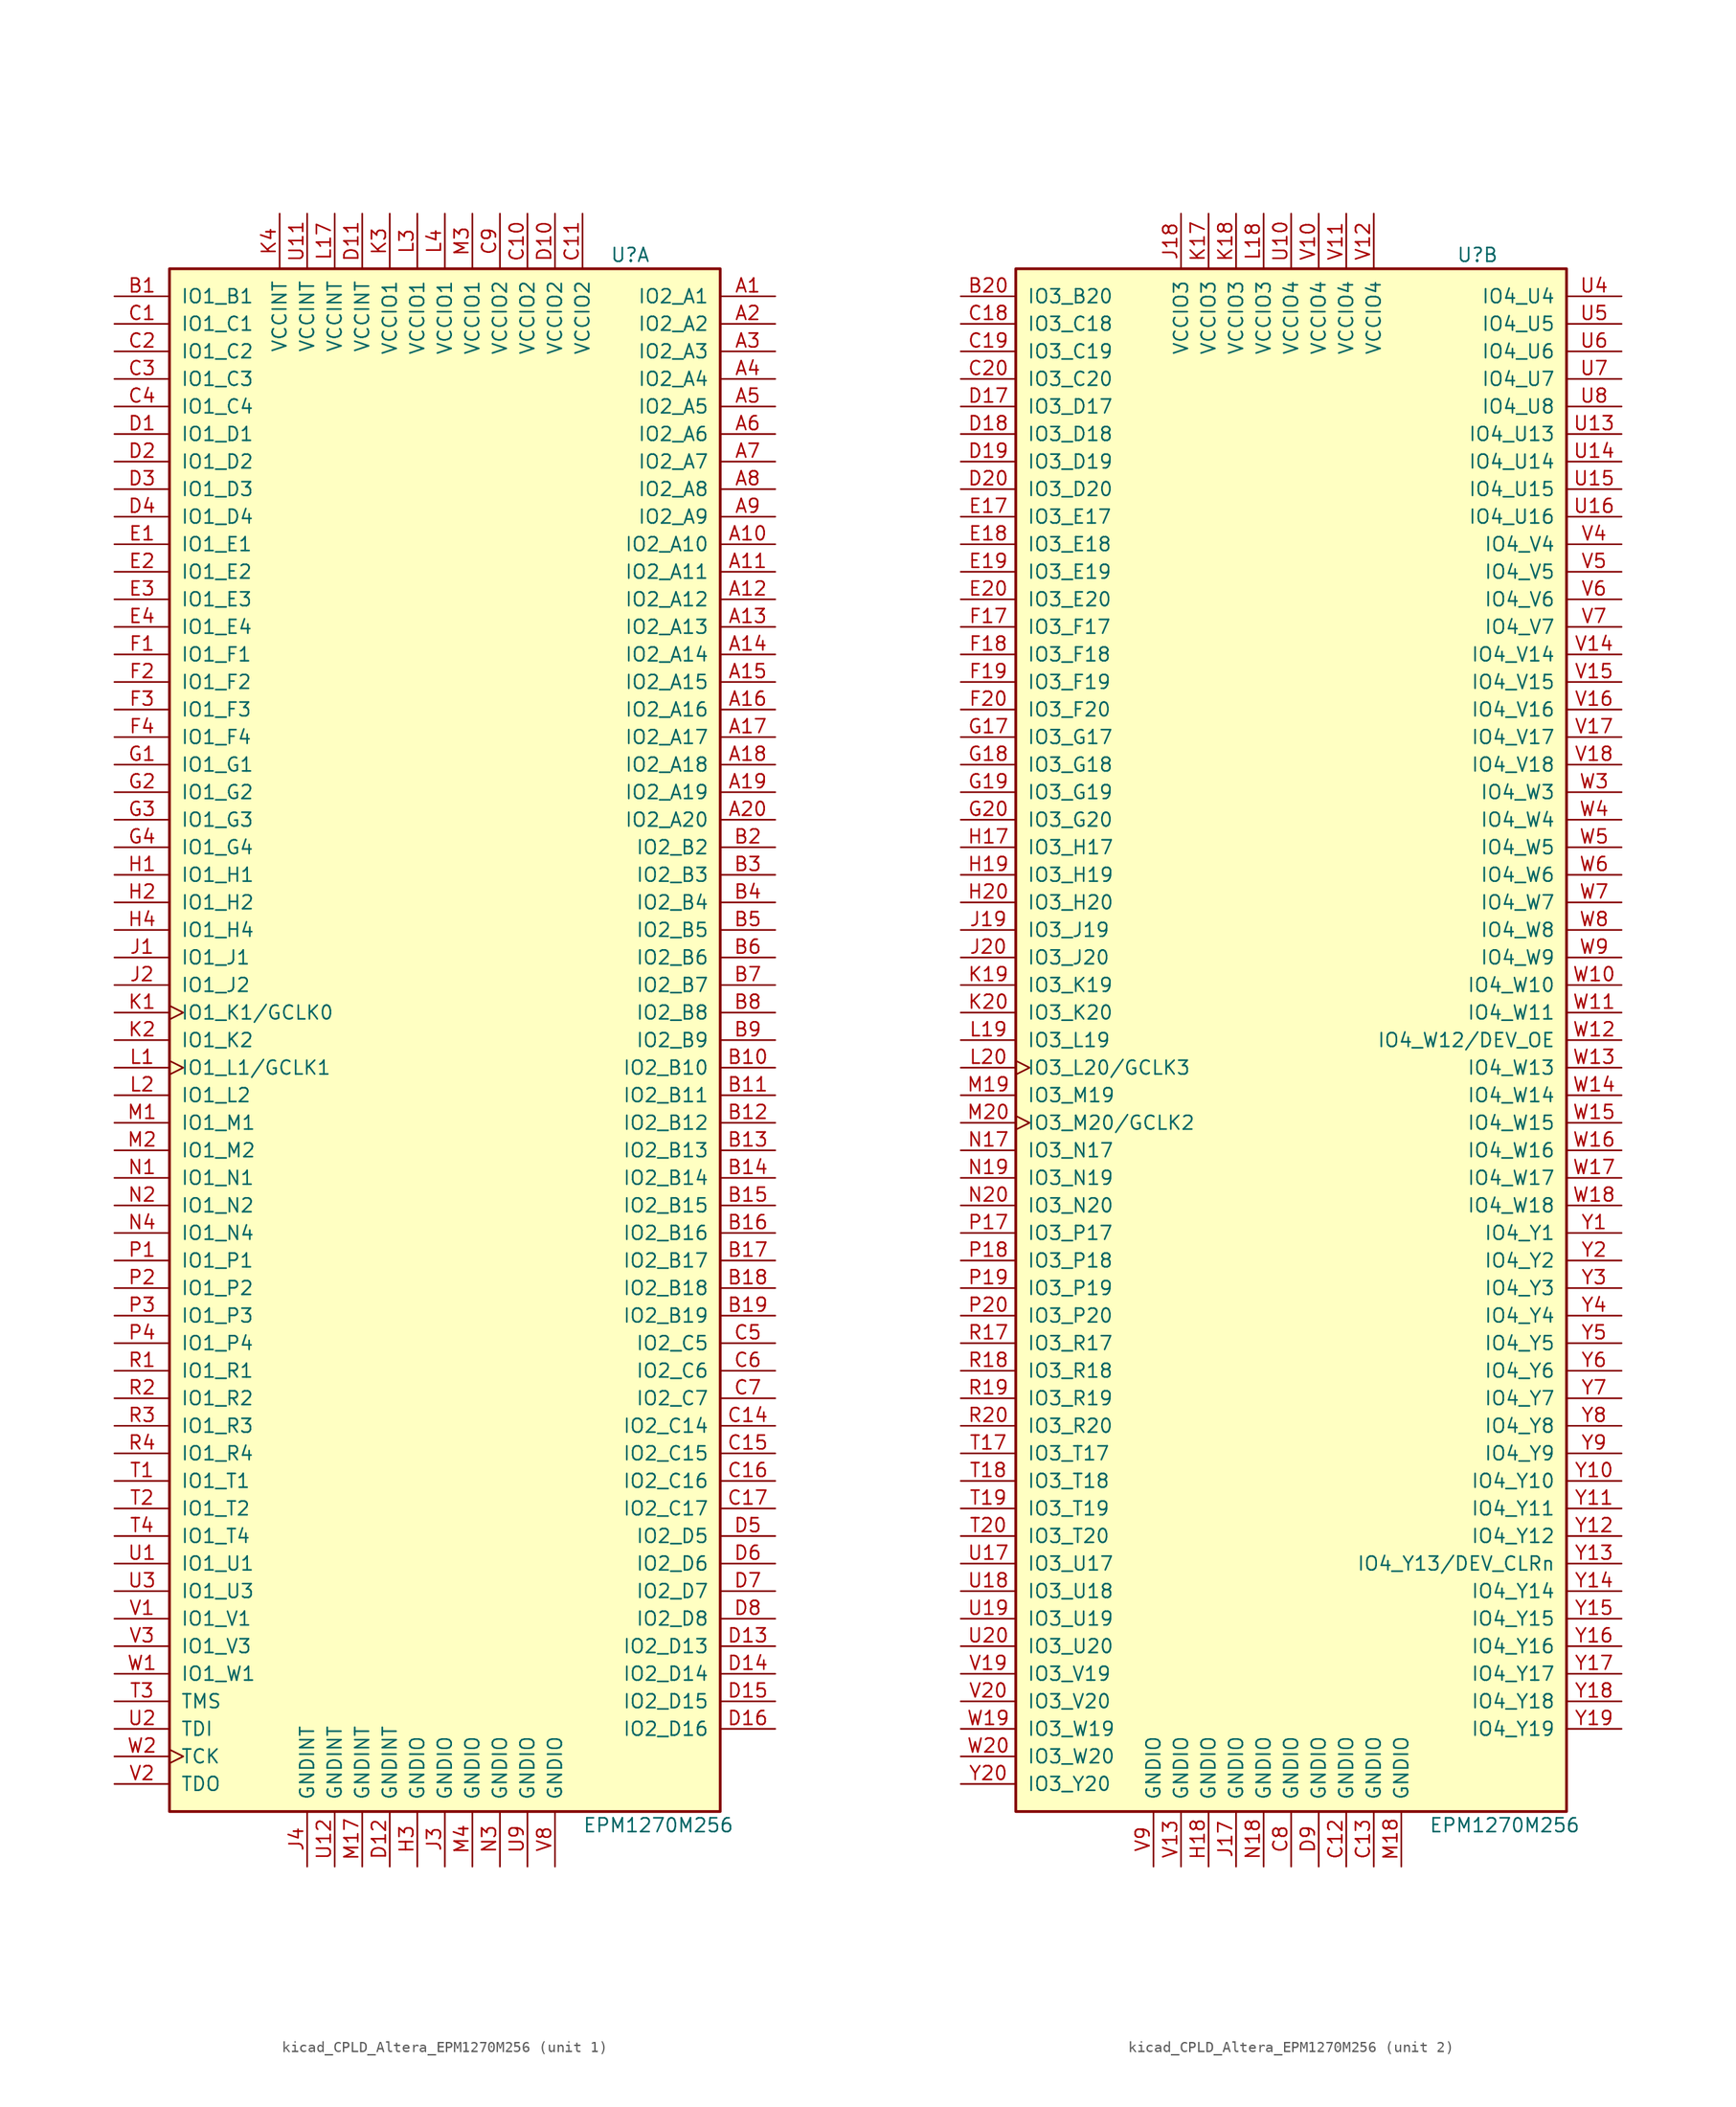
<source format=kicad_sym>
(kicad_symbol_lib
  (version 20220914)
  (generator kicad_symbol_editor)
  (symbol "kicad_CPLD_Altera_EPM1270M256"
    (pin_names
      (offset 1.016))
    (property "Reference" "U"
      (at 15.24 72.39 0)
      (effects (font (size 1.27 1.27)) (justify left)))
    (property "Value" "EPM1270M256"
      (at 12.7 -72.39 0)
      (effects (font (size 1.27 1.27)) (justify left)))
    (property "ki_locked" ""
      (at 0 0 0)
      (effects (font (size 1.27 1.27))))
    (symbol "kicad_CPLD_Altera_EPM1270M256_1_1"
      (rectangle (start -25.4 71.12) (end 25.4 -71.12) (stroke (width 0.254) (type default)) (fill (type background)))
      (pin bidirectional line (at 30.48 68.58 180) (length 5.08) (name "IO2_A1" (effects (font (size 1.27 1.27)))) (number "A1" (effects (font (size 1.27 1.27)))))
      (pin bidirectional line (at 30.48 45.72 180) (length 5.08) (name "IO2_A10" (effects (font (size 1.27 1.27)))) (number "A10" (effects (font (size 1.27 1.27)))))
      (pin bidirectional line (at 30.48 43.18 180) (length 5.08) (name "IO2_A11" (effects (font (size 1.27 1.27)))) (number "A11" (effects (font (size 1.27 1.27)))))
      (pin bidirectional line (at 30.48 40.64 180) (length 5.08) (name "IO2_A12" (effects (font (size 1.27 1.27)))) (number "A12" (effects (font (size 1.27 1.27)))))
      (pin bidirectional line (at 30.48 38.1 180) (length 5.08) (name "IO2_A13" (effects (font (size 1.27 1.27)))) (number "A13" (effects (font (size 1.27 1.27)))))
      (pin bidirectional line (at 30.48 35.56 180) (length 5.08) (name "IO2_A14" (effects (font (size 1.27 1.27)))) (number "A14" (effects (font (size 1.27 1.27)))))
      (pin bidirectional line (at 30.48 33.02 180) (length 5.08) (name "IO2_A15" (effects (font (size 1.27 1.27)))) (number "A15" (effects (font (size 1.27 1.27)))))
      (pin bidirectional line (at 30.48 30.48 180) (length 5.08) (name "IO2_A16" (effects (font (size 1.27 1.27)))) (number "A16" (effects (font (size 1.27 1.27)))))
      (pin bidirectional line (at 30.48 27.94 180) (length 5.08) (name "IO2_A17" (effects (font (size 1.27 1.27)))) (number "A17" (effects (font (size 1.27 1.27)))))
      (pin bidirectional line (at 30.48 25.4 180) (length 5.08) (name "IO2_A18" (effects (font (size 1.27 1.27)))) (number "A18" (effects (font (size 1.27 1.27)))))
      (pin bidirectional line (at 30.48 22.86 180) (length 5.08) (name "IO2_A19" (effects (font (size 1.27 1.27)))) (number "A19" (effects (font (size 1.27 1.27)))))
      (pin bidirectional line (at 30.48 66.04 180) (length 5.08) (name "IO2_A2" (effects (font (size 1.27 1.27)))) (number "A2" (effects (font (size 1.27 1.27)))))
      (pin bidirectional line (at 30.48 20.32 180) (length 5.08) (name "IO2_A20" (effects (font (size 1.27 1.27)))) (number "A20" (effects (font (size 1.27 1.27)))))
      (pin bidirectional line (at 30.48 63.5 180) (length 5.08) (name "IO2_A3" (effects (font (size 1.27 1.27)))) (number "A3" (effects (font (size 1.27 1.27)))))
      (pin bidirectional line (at 30.48 60.96 180) (length 5.08) (name "IO2_A4" (effects (font (size 1.27 1.27)))) (number "A4" (effects (font (size 1.27 1.27)))))
      (pin bidirectional line (at 30.48 58.42 180) (length 5.08) (name "IO2_A5" (effects (font (size 1.27 1.27)))) (number "A5" (effects (font (size 1.27 1.27)))))
      (pin bidirectional line (at 30.48 55.88 180) (length 5.08) (name "IO2_A6" (effects (font (size 1.27 1.27)))) (number "A6" (effects (font (size 1.27 1.27)))))
      (pin bidirectional line (at 30.48 53.34 180) (length 5.08) (name "IO2_A7" (effects (font (size 1.27 1.27)))) (number "A7" (effects (font (size 1.27 1.27)))))
      (pin bidirectional line (at 30.48 50.8 180) (length 5.08) (name "IO2_A8" (effects (font (size 1.27 1.27)))) (number "A8" (effects (font (size 1.27 1.27)))))
      (pin bidirectional line (at 30.48 48.26 180) (length 5.08) (name "IO2_A9" (effects (font (size 1.27 1.27)))) (number "A9" (effects (font (size 1.27 1.27)))))
      (pin bidirectional line (at -30.48 68.58 0) (length 5.08) (name "IO1_B1" (effects (font (size 1.27 1.27)))) (number "B1" (effects (font (size 1.27 1.27)))))
      (pin bidirectional line (at 30.48 -2.54 180) (length 5.08) (name "IO2_B10" (effects (font (size 1.27 1.27)))) (number "B10" (effects (font (size 1.27 1.27)))))
      (pin bidirectional line (at 30.48 -5.08 180) (length 5.08) (name "IO2_B11" (effects (font (size 1.27 1.27)))) (number "B11" (effects (font (size 1.27 1.27)))))
      (pin bidirectional line (at 30.48 -7.62 180) (length 5.08) (name "IO2_B12" (effects (font (size 1.27 1.27)))) (number "B12" (effects (font (size 1.27 1.27)))))
      (pin bidirectional line (at 30.48 -10.16 180) (length 5.08) (name "IO2_B13" (effects (font (size 1.27 1.27)))) (number "B13" (effects (font (size 1.27 1.27)))))
      (pin bidirectional line (at 30.48 -12.7 180) (length 5.08) (name "IO2_B14" (effects (font (size 1.27 1.27)))) (number "B14" (effects (font (size 1.27 1.27)))))
      (pin bidirectional line (at 30.48 -15.24 180) (length 5.08) (name "IO2_B15" (effects (font (size 1.27 1.27)))) (number "B15" (effects (font (size 1.27 1.27)))))
      (pin bidirectional line (at 30.48 -17.78 180) (length 5.08) (name "IO2_B16" (effects (font (size 1.27 1.27)))) (number "B16" (effects (font (size 1.27 1.27)))))
      (pin bidirectional line (at 30.48 -20.32 180) (length 5.08) (name "IO2_B17" (effects (font (size 1.27 1.27)))) (number "B17" (effects (font (size 1.27 1.27)))))
      (pin bidirectional line (at 30.48 -22.86 180) (length 5.08) (name "IO2_B18" (effects (font (size 1.27 1.27)))) (number "B18" (effects (font (size 1.27 1.27)))))
      (pin bidirectional line (at 30.48 -25.4 180) (length 5.08) (name "IO2_B19" (effects (font (size 1.27 1.27)))) (number "B19" (effects (font (size 1.27 1.27)))))
      (pin bidirectional line (at 30.48 17.78 180) (length 5.08) (name "IO2_B2" (effects (font (size 1.27 1.27)))) (number "B2" (effects (font (size 1.27 1.27)))))
      (pin bidirectional line (at 30.48 15.24 180) (length 5.08) (name "IO2_B3" (effects (font (size 1.27 1.27)))) (number "B3" (effects (font (size 1.27 1.27)))))
      (pin bidirectional line (at 30.48 12.7 180) (length 5.08) (name "IO2_B4" (effects (font (size 1.27 1.27)))) (number "B4" (effects (font (size 1.27 1.27)))))
      (pin bidirectional line (at 30.48 10.16 180) (length 5.08) (name "IO2_B5" (effects (font (size 1.27 1.27)))) (number "B5" (effects (font (size 1.27 1.27)))))
      (pin bidirectional line (at 30.48 7.62 180) (length 5.08) (name "IO2_B6" (effects (font (size 1.27 1.27)))) (number "B6" (effects (font (size 1.27 1.27)))))
      (pin bidirectional line (at 30.48 5.08 180) (length 5.08) (name "IO2_B7" (effects (font (size 1.27 1.27)))) (number "B7" (effects (font (size 1.27 1.27)))))
      (pin bidirectional line (at 30.48 2.54 180) (length 5.08) (name "IO2_B8" (effects (font (size 1.27 1.27)))) (number "B8" (effects (font (size 1.27 1.27)))))
      (pin bidirectional line (at 30.48 0 180) (length 5.08) (name "IO2_B9" (effects (font (size 1.27 1.27)))) (number "B9" (effects (font (size 1.27 1.27)))))
      (pin bidirectional line (at -30.48 66.04 0) (length 5.08) (name "IO1_C1" (effects (font (size 1.27 1.27)))) (number "C1" (effects (font (size 1.27 1.27)))))
      (pin power_in line (at 7.62 76.2 270) (length 5.08) (name "VCCIO2" (effects (font (size 1.27 1.27)))) (number "C10" (effects (font (size 1.27 1.27)))))
      (pin power_in line (at 12.7 76.2 270) (length 5.08) (name "VCCIO2" (effects (font (size 1.27 1.27)))) (number "C11" (effects (font (size 1.27 1.27)))))
      (pin bidirectional line (at 30.48 -35.56 180) (length 5.08) (name "IO2_C14" (effects (font (size 1.27 1.27)))) (number "C14" (effects (font (size 1.27 1.27)))))
      (pin bidirectional line (at 30.48 -38.1 180) (length 5.08) (name "IO2_C15" (effects (font (size 1.27 1.27)))) (number "C15" (effects (font (size 1.27 1.27)))))
      (pin bidirectional line (at 30.48 -40.64 180) (length 5.08) (name "IO2_C16" (effects (font (size 1.27 1.27)))) (number "C16" (effects (font (size 1.27 1.27)))))
      (pin bidirectional line (at 30.48 -43.18 180) (length 5.08) (name "IO2_C17" (effects (font (size 1.27 1.27)))) (number "C17" (effects (font (size 1.27 1.27)))))
      (pin bidirectional line (at -30.48 63.5 0) (length 5.08) (name "IO1_C2" (effects (font (size 1.27 1.27)))) (number "C2" (effects (font (size 1.27 1.27)))))
      (pin bidirectional line (at -30.48 60.96 0) (length 5.08) (name "IO1_C3" (effects (font (size 1.27 1.27)))) (number "C3" (effects (font (size 1.27 1.27)))))
      (pin bidirectional line (at -30.48 58.42 0) (length 5.08) (name "IO1_C4" (effects (font (size 1.27 1.27)))) (number "C4" (effects (font (size 1.27 1.27)))))
      (pin bidirectional line (at 30.48 -27.94 180) (length 5.08) (name "IO2_C5" (effects (font (size 1.27 1.27)))) (number "C5" (effects (font (size 1.27 1.27)))))
      (pin bidirectional line (at 30.48 -30.48 180) (length 5.08) (name "IO2_C6" (effects (font (size 1.27 1.27)))) (number "C6" (effects (font (size 1.27 1.27)))))
      (pin bidirectional line (at 30.48 -33.02 180) (length 5.08) (name "IO2_C7" (effects (font (size 1.27 1.27)))) (number "C7" (effects (font (size 1.27 1.27)))))
      (pin power_in line (at 5.08 76.2 270) (length 5.08) (name "VCCIO2" (effects (font (size 1.27 1.27)))) (number "C9" (effects (font (size 1.27 1.27)))))
      (pin bidirectional line (at -30.48 55.88 0) (length 5.08) (name "IO1_D1" (effects (font (size 1.27 1.27)))) (number "D1" (effects (font (size 1.27 1.27)))))
      (pin power_in line (at 10.16 76.2 270) (length 5.08) (name "VCCIO2" (effects (font (size 1.27 1.27)))) (number "D10" (effects (font (size 1.27 1.27)))))
      (pin power_in line (at -7.62 76.2 270) (length 5.08) (name "VCCINT" (effects (font (size 1.27 1.27)))) (number "D11" (effects (font (size 1.27 1.27)))))
      (pin power_in line (at -5.08 -76.2 90) (length 5.08) (name "GNDINT" (effects (font (size 1.27 1.27)))) (number "D12" (effects (font (size 1.27 1.27)))))
      (pin bidirectional line (at 30.48 -55.88 180) (length 5.08) (name "IO2_D13" (effects (font (size 1.27 1.27)))) (number "D13" (effects (font (size 1.27 1.27)))))
      (pin bidirectional line (at 30.48 -58.42 180) (length 5.08) (name "IO2_D14" (effects (font (size 1.27 1.27)))) (number "D14" (effects (font (size 1.27 1.27)))))
      (pin bidirectional line (at 30.48 -60.96 180) (length 5.08) (name "IO2_D15" (effects (font (size 1.27 1.27)))) (number "D15" (effects (font (size 1.27 1.27)))))
      (pin bidirectional line (at 30.48 -63.5 180) (length 5.08) (name "IO2_D16" (effects (font (size 1.27 1.27)))) (number "D16" (effects (font (size 1.27 1.27)))))
      (pin bidirectional line (at -30.48 53.34 0) (length 5.08) (name "IO1_D2" (effects (font (size 1.27 1.27)))) (number "D2" (effects (font (size 1.27 1.27)))))
      (pin bidirectional line (at -30.48 50.8 0) (length 5.08) (name "IO1_D3" (effects (font (size 1.27 1.27)))) (number "D3" (effects (font (size 1.27 1.27)))))
      (pin bidirectional line (at -30.48 48.26 0) (length 5.08) (name "IO1_D4" (effects (font (size 1.27 1.27)))) (number "D4" (effects (font (size 1.27 1.27)))))
      (pin bidirectional line (at 30.48 -45.72 180) (length 5.08) (name "IO2_D5" (effects (font (size 1.27 1.27)))) (number "D5" (effects (font (size 1.27 1.27)))))
      (pin bidirectional line (at 30.48 -48.26 180) (length 5.08) (name "IO2_D6" (effects (font (size 1.27 1.27)))) (number "D6" (effects (font (size 1.27 1.27)))))
      (pin bidirectional line (at 30.48 -50.8 180) (length 5.08) (name "IO2_D7" (effects (font (size 1.27 1.27)))) (number "D7" (effects (font (size 1.27 1.27)))))
      (pin bidirectional line (at 30.48 -53.34 180) (length 5.08) (name "IO2_D8" (effects (font (size 1.27 1.27)))) (number "D8" (effects (font (size 1.27 1.27)))))
      (pin bidirectional line (at -30.48 45.72 0) (length 5.08) (name "IO1_E1" (effects (font (size 1.27 1.27)))) (number "E1" (effects (font (size 1.27 1.27)))))
      (pin bidirectional line (at -30.48 43.18 0) (length 5.08) (name "IO1_E2" (effects (font (size 1.27 1.27)))) (number "E2" (effects (font (size 1.27 1.27)))))
      (pin bidirectional line (at -30.48 40.64 0) (length 5.08) (name "IO1_E3" (effects (font (size 1.27 1.27)))) (number "E3" (effects (font (size 1.27 1.27)))))
      (pin bidirectional line (at -30.48 38.1 0) (length 5.08) (name "IO1_E4" (effects (font (size 1.27 1.27)))) (number "E4" (effects (font (size 1.27 1.27)))))
      (pin bidirectional line (at -30.48 35.56 0) (length 5.08) (name "IO1_F1" (effects (font (size 1.27 1.27)))) (number "F1" (effects (font (size 1.27 1.27)))))
      (pin bidirectional line (at -30.48 33.02 0) (length 5.08) (name "IO1_F2" (effects (font (size 1.27 1.27)))) (number "F2" (effects (font (size 1.27 1.27)))))
      (pin bidirectional line (at -30.48 30.48 0) (length 5.08) (name "IO1_F3" (effects (font (size 1.27 1.27)))) (number "F3" (effects (font (size 1.27 1.27)))))
      (pin bidirectional line (at -30.48 27.94 0) (length 5.08) (name "IO1_F4" (effects (font (size 1.27 1.27)))) (number "F4" (effects (font (size 1.27 1.27)))))
      (pin bidirectional line (at -30.48 25.4 0) (length 5.08) (name "IO1_G1" (effects (font (size 1.27 1.27)))) (number "G1" (effects (font (size 1.27 1.27)))))
      (pin bidirectional line (at -30.48 22.86 0) (length 5.08) (name "IO1_G2" (effects (font (size 1.27 1.27)))) (number "G2" (effects (font (size 1.27 1.27)))))
      (pin bidirectional line (at -30.48 20.32 0) (length 5.08) (name "IO1_G3" (effects (font (size 1.27 1.27)))) (number "G3" (effects (font (size 1.27 1.27)))))
      (pin bidirectional line (at -30.48 17.78 0) (length 5.08) (name "IO1_G4" (effects (font (size 1.27 1.27)))) (number "G4" (effects (font (size 1.27 1.27)))))
      (pin bidirectional line (at -30.48 15.24 0) (length 5.08) (name "IO1_H1" (effects (font (size 1.27 1.27)))) (number "H1" (effects (font (size 1.27 1.27)))))
      (pin bidirectional line (at -30.48 12.7 0) (length 5.08) (name "IO1_H2" (effects (font (size 1.27 1.27)))) (number "H2" (effects (font (size 1.27 1.27)))))
      (pin power_in line (at -2.54 -76.2 90) (length 5.08) (name "GNDIO" (effects (font (size 1.27 1.27)))) (number "H3" (effects (font (size 1.27 1.27)))))
      (pin bidirectional line (at -30.48 10.16 0) (length 5.08) (name "IO1_H4" (effects (font (size 1.27 1.27)))) (number "H4" (effects (font (size 1.27 1.27)))))
      (pin bidirectional line (at -30.48 7.62 0) (length 5.08) (name "IO1_J1" (effects (font (size 1.27 1.27)))) (number "J1" (effects (font (size 1.27 1.27)))))
      (pin bidirectional line (at -30.48 5.08 0) (length 5.08) (name "IO1_J2" (effects (font (size 1.27 1.27)))) (number "J2" (effects (font (size 1.27 1.27)))))
      (pin power_in line (at 0 -76.2 90) (length 5.08) (name "GNDIO" (effects (font (size 1.27 1.27)))) (number "J3" (effects (font (size 1.27 1.27)))))
      (pin power_in line (at -12.7 -76.2 90) (length 5.08) (name "GNDINT" (effects (font (size 1.27 1.27)))) (number "J4" (effects (font (size 1.27 1.27)))))
      (pin bidirectional clock (at -30.48 2.54 0) (length 5.08) (name "IO1_K1/GCLK0" (effects (font (size 1.27 1.27)))) (number "K1" (effects (font (size 1.27 1.27)))))
      (pin bidirectional line (at -30.48 0 0) (length 5.08) (name "IO1_K2" (effects (font (size 1.27 1.27)))) (number "K2" (effects (font (size 1.27 1.27)))))
      (pin power_in line (at -5.08 76.2 270) (length 5.08) (name "VCCIO1" (effects (font (size 1.27 1.27)))) (number "K3" (effects (font (size 1.27 1.27)))))
      (pin power_in line (at -15.24 76.2 270) (length 5.08) (name "VCCINT" (effects (font (size 1.27 1.27)))) (number "K4" (effects (font (size 1.27 1.27)))))
      (pin bidirectional clock (at -30.48 -2.54 0) (length 5.08) (name "IO1_L1/GCLK1" (effects (font (size 1.27 1.27)))) (number "L1" (effects (font (size 1.27 1.27)))))
      (pin power_in line (at -10.16 76.2 270) (length 5.08) (name "VCCINT" (effects (font (size 1.27 1.27)))) (number "L17" (effects (font (size 1.27 1.27)))))
      (pin bidirectional line (at -30.48 -5.08 0) (length 5.08) (name "IO1_L2" (effects (font (size 1.27 1.27)))) (number "L2" (effects (font (size 1.27 1.27)))))
      (pin power_in line (at -2.54 76.2 270) (length 5.08) (name "VCCIO1" (effects (font (size 1.27 1.27)))) (number "L3" (effects (font (size 1.27 1.27)))))
      (pin power_in line (at 0 76.2 270) (length 5.08) (name "VCCIO1" (effects (font (size 1.27 1.27)))) (number "L4" (effects (font (size 1.27 1.27)))))
      (pin bidirectional line (at -30.48 -7.62 0) (length 5.08) (name "IO1_M1" (effects (font (size 1.27 1.27)))) (number "M1" (effects (font (size 1.27 1.27)))))
      (pin power_in line (at -7.62 -76.2 90) (length 5.08) (name "GNDINT" (effects (font (size 1.27 1.27)))) (number "M17" (effects (font (size 1.27 1.27)))))
      (pin bidirectional line (at -30.48 -10.16 0) (length 5.08) (name "IO1_M2" (effects (font (size 1.27 1.27)))) (number "M2" (effects (font (size 1.27 1.27)))))
      (pin power_in line (at 2.54 76.2 270) (length 5.08) (name "VCCIO1" (effects (font (size 1.27 1.27)))) (number "M3" (effects (font (size 1.27 1.27)))))
      (pin power_in line (at 2.54 -76.2 90) (length 5.08) (name "GNDIO" (effects (font (size 1.27 1.27)))) (number "M4" (effects (font (size 1.27 1.27)))))
      (pin bidirectional line (at -30.48 -12.7 0) (length 5.08) (name "IO1_N1" (effects (font (size 1.27 1.27)))) (number "N1" (effects (font (size 1.27 1.27)))))
      (pin bidirectional line (at -30.48 -15.24 0) (length 5.08) (name "IO1_N2" (effects (font (size 1.27 1.27)))) (number "N2" (effects (font (size 1.27 1.27)))))
      (pin power_in line (at 5.08 -76.2 90) (length 5.08) (name "GNDIO" (effects (font (size 1.27 1.27)))) (number "N3" (effects (font (size 1.27 1.27)))))
      (pin bidirectional line (at -30.48 -17.78 0) (length 5.08) (name "IO1_N4" (effects (font (size 1.27 1.27)))) (number "N4" (effects (font (size 1.27 1.27)))))
      (pin bidirectional line (at -30.48 -20.32 0) (length 5.08) (name "IO1_P1" (effects (font (size 1.27 1.27)))) (number "P1" (effects (font (size 1.27 1.27)))))
      (pin bidirectional line (at -30.48 -22.86 0) (length 5.08) (name "IO1_P2" (effects (font (size 1.27 1.27)))) (number "P2" (effects (font (size 1.27 1.27)))))
      (pin bidirectional line (at -30.48 -25.4 0) (length 5.08) (name "IO1_P3" (effects (font (size 1.27 1.27)))) (number "P3" (effects (font (size 1.27 1.27)))))
      (pin bidirectional line (at -30.48 -27.94 0) (length 5.08) (name "IO1_P4" (effects (font (size 1.27 1.27)))) (number "P4" (effects (font (size 1.27 1.27)))))
      (pin bidirectional line (at -30.48 -30.48 0) (length 5.08) (name "IO1_R1" (effects (font (size 1.27 1.27)))) (number "R1" (effects (font (size 1.27 1.27)))))
      (pin bidirectional line (at -30.48 -33.02 0) (length 5.08) (name "IO1_R2" (effects (font (size 1.27 1.27)))) (number "R2" (effects (font (size 1.27 1.27)))))
      (pin bidirectional line (at -30.48 -35.56 0) (length 5.08) (name "IO1_R3" (effects (font (size 1.27 1.27)))) (number "R3" (effects (font (size 1.27 1.27)))))
      (pin bidirectional line (at -30.48 -38.1 0) (length 5.08) (name "IO1_R4" (effects (font (size 1.27 1.27)))) (number "R4" (effects (font (size 1.27 1.27)))))
      (pin bidirectional line (at -30.48 -40.64 0) (length 5.08) (name "IO1_T1" (effects (font (size 1.27 1.27)))) (number "T1" (effects (font (size 1.27 1.27)))))
      (pin bidirectional line (at -30.48 -43.18 0) (length 5.08) (name "IO1_T2" (effects (font (size 1.27 1.27)))) (number "T2" (effects (font (size 1.27 1.27)))))
      (pin input line (at -30.48 -60.96 0) (length 5.08) (name "TMS" (effects (font (size 1.27 1.27)))) (number "T3" (effects (font (size 1.27 1.27)))))
      (pin bidirectional line (at -30.48 -45.72 0) (length 5.08) (name "IO1_T4" (effects (font (size 1.27 1.27)))) (number "T4" (effects (font (size 1.27 1.27)))))
      (pin bidirectional line (at -30.48 -48.26 0) (length 5.08) (name "IO1_U1" (effects (font (size 1.27 1.27)))) (number "U1" (effects (font (size 1.27 1.27)))))
      (pin power_in line (at -12.7 76.2 270) (length 5.08) (name "VCCINT" (effects (font (size 1.27 1.27)))) (number "U11" (effects (font (size 1.27 1.27)))))
      (pin power_in line (at -10.16 -76.2 90) (length 5.08) (name "GNDINT" (effects (font (size 1.27 1.27)))) (number "U12" (effects (font (size 1.27 1.27)))))
      (pin input line (at -30.48 -63.5 0) (length 5.08) (name "TDI" (effects (font (size 1.27 1.27)))) (number "U2" (effects (font (size 1.27 1.27)))))
      (pin bidirectional line (at -30.48 -50.8 0) (length 5.08) (name "IO1_U3" (effects (font (size 1.27 1.27)))) (number "U3" (effects (font (size 1.27 1.27)))))
      (pin power_in line (at 7.62 -76.2 90) (length 5.08) (name "GNDIO" (effects (font (size 1.27 1.27)))) (number "U9" (effects (font (size 1.27 1.27)))))
      (pin bidirectional line (at -30.48 -53.34 0) (length 5.08) (name "IO1_V1" (effects (font (size 1.27 1.27)))) (number "V1" (effects (font (size 1.27 1.27)))))
      (pin output line (at -30.48 -68.58 0) (length 5.08) (name "TDO" (effects (font (size 1.27 1.27)))) (number "V2" (effects (font (size 1.27 1.27)))))
      (pin bidirectional line (at -30.48 -55.88 0) (length 5.08) (name "IO1_V3" (effects (font (size 1.27 1.27)))) (number "V3" (effects (font (size 1.27 1.27)))))
      (pin power_in line (at 10.16 -76.2 90) (length 5.08) (name "GNDIO" (effects (font (size 1.27 1.27)))) (number "V8" (effects (font (size 1.27 1.27)))))
      (pin bidirectional line (at -30.48 -58.42 0) (length 5.08) (name "IO1_W1" (effects (font (size 1.27 1.27)))) (number "W1" (effects (font (size 1.27 1.27)))))
      (pin input clock (at -30.48 -66.04 0) (length 5.08) (name "TCK" (effects (font (size 1.27 1.27)))) (number "W2" (effects (font (size 1.27 1.27))))))
    (symbol "kicad_CPLD_Altera_EPM1270M256_2_1"
      (rectangle (start -25.4 71.12) (end 25.4 -71.12) (stroke (width 0.254) (type default)) (fill (type background)))
      (pin bidirectional line (at -30.48 68.58 0) (length 5.08) (name "IO3_B20" (effects (font (size 1.27 1.27)))) (number "B20" (effects (font (size 1.27 1.27)))))
      (pin power_in line (at 5.08 -76.2 90) (length 5.08) (name "GNDIO" (effects (font (size 1.27 1.27)))) (number "C12" (effects (font (size 1.27 1.27)))))
      (pin power_in line (at 7.62 -76.2 90) (length 5.08) (name "GNDIO" (effects (font (size 1.27 1.27)))) (number "C13" (effects (font (size 1.27 1.27)))))
      (pin bidirectional line (at -30.48 66.04 0) (length 5.08) (name "IO3_C18" (effects (font (size 1.27 1.27)))) (number "C18" (effects (font (size 1.27 1.27)))))
      (pin bidirectional line (at -30.48 63.5 0) (length 5.08) (name "IO3_C19" (effects (font (size 1.27 1.27)))) (number "C19" (effects (font (size 1.27 1.27)))))
      (pin bidirectional line (at -30.48 60.96 0) (length 5.08) (name "IO3_C20" (effects (font (size 1.27 1.27)))) (number "C20" (effects (font (size 1.27 1.27)))))
      (pin power_in line (at 0 -76.2 90) (length 5.08) (name "GNDIO" (effects (font (size 1.27 1.27)))) (number "C8" (effects (font (size 1.27 1.27)))))
      (pin bidirectional line (at -30.48 58.42 0) (length 5.08) (name "IO3_D17" (effects (font (size 1.27 1.27)))) (number "D17" (effects (font (size 1.27 1.27)))))
      (pin bidirectional line (at -30.48 55.88 0) (length 5.08) (name "IO3_D18" (effects (font (size 1.27 1.27)))) (number "D18" (effects (font (size 1.27 1.27)))))
      (pin bidirectional line (at -30.48 53.34 0) (length 5.08) (name "IO3_D19" (effects (font (size 1.27 1.27)))) (number "D19" (effects (font (size 1.27 1.27)))))
      (pin bidirectional line (at -30.48 50.8 0) (length 5.08) (name "IO3_D20" (effects (font (size 1.27 1.27)))) (number "D20" (effects (font (size 1.27 1.27)))))
      (pin power_in line (at 2.54 -76.2 90) (length 5.08) (name "GNDIO" (effects (font (size 1.27 1.27)))) (number "D9" (effects (font (size 1.27 1.27)))))
      (pin bidirectional line (at -30.48 48.26 0) (length 5.08) (name "IO3_E17" (effects (font (size 1.27 1.27)))) (number "E17" (effects (font (size 1.27 1.27)))))
      (pin bidirectional line (at -30.48 45.72 0) (length 5.08) (name "IO3_E18" (effects (font (size 1.27 1.27)))) (number "E18" (effects (font (size 1.27 1.27)))))
      (pin bidirectional line (at -30.48 43.18 0) (length 5.08) (name "IO3_E19" (effects (font (size 1.27 1.27)))) (number "E19" (effects (font (size 1.27 1.27)))))
      (pin bidirectional line (at -30.48 40.64 0) (length 5.08) (name "IO3_E20" (effects (font (size 1.27 1.27)))) (number "E20" (effects (font (size 1.27 1.27)))))
      (pin bidirectional line (at -30.48 38.1 0) (length 5.08) (name "IO3_F17" (effects (font (size 1.27 1.27)))) (number "F17" (effects (font (size 1.27 1.27)))))
      (pin bidirectional line (at -30.48 35.56 0) (length 5.08) (name "IO3_F18" (effects (font (size 1.27 1.27)))) (number "F18" (effects (font (size 1.27 1.27)))))
      (pin bidirectional line (at -30.48 33.02 0) (length 5.08) (name "IO3_F19" (effects (font (size 1.27 1.27)))) (number "F19" (effects (font (size 1.27 1.27)))))
      (pin bidirectional line (at -30.48 30.48 0) (length 5.08) (name "IO3_F20" (effects (font (size 1.27 1.27)))) (number "F20" (effects (font (size 1.27 1.27)))))
      (pin bidirectional line (at -30.48 27.94 0) (length 5.08) (name "IO3_G17" (effects (font (size 1.27 1.27)))) (number "G17" (effects (font (size 1.27 1.27)))))
      (pin bidirectional line (at -30.48 25.4 0) (length 5.08) (name "IO3_G18" (effects (font (size 1.27 1.27)))) (number "G18" (effects (font (size 1.27 1.27)))))
      (pin bidirectional line (at -30.48 22.86 0) (length 5.08) (name "IO3_G19" (effects (font (size 1.27 1.27)))) (number "G19" (effects (font (size 1.27 1.27)))))
      (pin bidirectional line (at -30.48 20.32 0) (length 5.08) (name "IO3_G20" (effects (font (size 1.27 1.27)))) (number "G20" (effects (font (size 1.27 1.27)))))
      (pin bidirectional line (at -30.48 17.78 0) (length 5.08) (name "IO3_H17" (effects (font (size 1.27 1.27)))) (number "H17" (effects (font (size 1.27 1.27)))))
      (pin power_in line (at -7.62 -76.2 90) (length 5.08) (name "GNDIO" (effects (font (size 1.27 1.27)))) (number "H18" (effects (font (size 1.27 1.27)))))
      (pin bidirectional line (at -30.48 15.24 0) (length 5.08) (name "IO3_H19" (effects (font (size 1.27 1.27)))) (number "H19" (effects (font (size 1.27 1.27)))))
      (pin bidirectional line (at -30.48 12.7 0) (length 5.08) (name "IO3_H20" (effects (font (size 1.27 1.27)))) (number "H20" (effects (font (size 1.27 1.27)))))
      (pin power_in line (at -5.08 -76.2 90) (length 5.08) (name "GNDIO" (effects (font (size 1.27 1.27)))) (number "J17" (effects (font (size 1.27 1.27)))))
      (pin power_in line (at -10.16 76.2 270) (length 5.08) (name "VCCIO3" (effects (font (size 1.27 1.27)))) (number "J18" (effects (font (size 1.27 1.27)))))
      (pin bidirectional line (at -30.48 10.16 0) (length 5.08) (name "IO3_J19" (effects (font (size 1.27 1.27)))) (number "J19" (effects (font (size 1.27 1.27)))))
      (pin bidirectional line (at -30.48 7.62 0) (length 5.08) (name "IO3_J20" (effects (font (size 1.27 1.27)))) (number "J20" (effects (font (size 1.27 1.27)))))
      (pin power_in line (at -7.62 76.2 270) (length 5.08) (name "VCCIO3" (effects (font (size 1.27 1.27)))) (number "K17" (effects (font (size 1.27 1.27)))))
      (pin power_in line (at -5.08 76.2 270) (length 5.08) (name "VCCIO3" (effects (font (size 1.27 1.27)))) (number "K18" (effects (font (size 1.27 1.27)))))
      (pin bidirectional line (at -30.48 5.08 0) (length 5.08) (name "IO3_K19" (effects (font (size 1.27 1.27)))) (number "K19" (effects (font (size 1.27 1.27)))))
      (pin bidirectional line (at -30.48 2.54 0) (length 5.08) (name "IO3_K20" (effects (font (size 1.27 1.27)))) (number "K20" (effects (font (size 1.27 1.27)))))
      (pin power_in line (at -2.54 76.2 270) (length 5.08) (name "VCCIO3" (effects (font (size 1.27 1.27)))) (number "L18" (effects (font (size 1.27 1.27)))))
      (pin bidirectional line (at -30.48 0 0) (length 5.08) (name "IO3_L19" (effects (font (size 1.27 1.27)))) (number "L19" (effects (font (size 1.27 1.27)))))
      (pin bidirectional clock (at -30.48 -2.54 0) (length 5.08) (name "IO3_L20/GCLK3" (effects (font (size 1.27 1.27)))) (number "L20" (effects (font (size 1.27 1.27)))))
      (pin power_in line (at 10.16 -76.2 90) (length 5.08) (name "GNDIO" (effects (font (size 1.27 1.27)))) (number "M18" (effects (font (size 1.27 1.27)))))
      (pin bidirectional line (at -30.48 -5.08 0) (length 5.08) (name "IO3_M19" (effects (font (size 1.27 1.27)))) (number "M19" (effects (font (size 1.27 1.27)))))
      (pin bidirectional clock (at -30.48 -7.62 0) (length 5.08) (name "IO3_M20/GCLK2" (effects (font (size 1.27 1.27)))) (number "M20" (effects (font (size 1.27 1.27)))))
      (pin bidirectional line (at -30.48 -10.16 0) (length 5.08) (name "IO3_N17" (effects (font (size 1.27 1.27)))) (number "N17" (effects (font (size 1.27 1.27)))))
      (pin power_in line (at -2.54 -76.2 90) (length 5.08) (name "GNDIO" (effects (font (size 1.27 1.27)))) (number "N18" (effects (font (size 1.27 1.27)))))
      (pin bidirectional line (at -30.48 -12.7 0) (length 5.08) (name "IO3_N19" (effects (font (size 1.27 1.27)))) (number "N19" (effects (font (size 1.27 1.27)))))
      (pin bidirectional line (at -30.48 -15.24 0) (length 5.08) (name "IO3_N20" (effects (font (size 1.27 1.27)))) (number "N20" (effects (font (size 1.27 1.27)))))
      (pin bidirectional line (at -30.48 -17.78 0) (length 5.08) (name "IO3_P17" (effects (font (size 1.27 1.27)))) (number "P17" (effects (font (size 1.27 1.27)))))
      (pin bidirectional line (at -30.48 -20.32 0) (length 5.08) (name "IO3_P18" (effects (font (size 1.27 1.27)))) (number "P18" (effects (font (size 1.27 1.27)))))
      (pin bidirectional line (at -30.48 -22.86 0) (length 5.08) (name "IO3_P19" (effects (font (size 1.27 1.27)))) (number "P19" (effects (font (size 1.27 1.27)))))
      (pin bidirectional line (at -30.48 -25.4 0) (length 5.08) (name "IO3_P20" (effects (font (size 1.27 1.27)))) (number "P20" (effects (font (size 1.27 1.27)))))
      (pin bidirectional line (at -30.48 -27.94 0) (length 5.08) (name "IO3_R17" (effects (font (size 1.27 1.27)))) (number "R17" (effects (font (size 1.27 1.27)))))
      (pin bidirectional line (at -30.48 -30.48 0) (length 5.08) (name "IO3_R18" (effects (font (size 1.27 1.27)))) (number "R18" (effects (font (size 1.27 1.27)))))
      (pin bidirectional line (at -30.48 -33.02 0) (length 5.08) (name "IO3_R19" (effects (font (size 1.27 1.27)))) (number "R19" (effects (font (size 1.27 1.27)))))
      (pin bidirectional line (at -30.48 -35.56 0) (length 5.08) (name "IO3_R20" (effects (font (size 1.27 1.27)))) (number "R20" (effects (font (size 1.27 1.27)))))
      (pin bidirectional line (at -30.48 -38.1 0) (length 5.08) (name "IO3_T17" (effects (font (size 1.27 1.27)))) (number "T17" (effects (font (size 1.27 1.27)))))
      (pin bidirectional line (at -30.48 -40.64 0) (length 5.08) (name "IO3_T18" (effects (font (size 1.27 1.27)))) (number "T18" (effects (font (size 1.27 1.27)))))
      (pin bidirectional line (at -30.48 -43.18 0) (length 5.08) (name "IO3_T19" (effects (font (size 1.27 1.27)))) (number "T19" (effects (font (size 1.27 1.27)))))
      (pin bidirectional line (at -30.48 -45.72 0) (length 5.08) (name "IO3_T20" (effects (font (size 1.27 1.27)))) (number "T20" (effects (font (size 1.27 1.27)))))
      (pin power_in line (at 0 76.2 270) (length 5.08) (name "VCCIO4" (effects (font (size 1.27 1.27)))) (number "U10" (effects (font (size 1.27 1.27)))))
      (pin bidirectional line (at 30.48 55.88 180) (length 5.08) (name "IO4_U13" (effects (font (size 1.27 1.27)))) (number "U13" (effects (font (size 1.27 1.27)))))
      (pin bidirectional line (at 30.48 53.34 180) (length 5.08) (name "IO4_U14" (effects (font (size 1.27 1.27)))) (number "U14" (effects (font (size 1.27 1.27)))))
      (pin bidirectional line (at 30.48 50.8 180) (length 5.08) (name "IO4_U15" (effects (font (size 1.27 1.27)))) (number "U15" (effects (font (size 1.27 1.27)))))
      (pin bidirectional line (at 30.48 48.26 180) (length 5.08) (name "IO4_U16" (effects (font (size 1.27 1.27)))) (number "U16" (effects (font (size 1.27 1.27)))))
      (pin bidirectional line (at -30.48 -48.26 0) (length 5.08) (name "IO3_U17" (effects (font (size 1.27 1.27)))) (number "U17" (effects (font (size 1.27 1.27)))))
      (pin bidirectional line (at -30.48 -50.8 0) (length 5.08) (name "IO3_U18" (effects (font (size 1.27 1.27)))) (number "U18" (effects (font (size 1.27 1.27)))))
      (pin bidirectional line (at -30.48 -53.34 0) (length 5.08) (name "IO3_U19" (effects (font (size 1.27 1.27)))) (number "U19" (effects (font (size 1.27 1.27)))))
      (pin bidirectional line (at -30.48 -55.88 0) (length 5.08) (name "IO3_U20" (effects (font (size 1.27 1.27)))) (number "U20" (effects (font (size 1.27 1.27)))))
      (pin bidirectional line (at 30.48 68.58 180) (length 5.08) (name "IO4_U4" (effects (font (size 1.27 1.27)))) (number "U4" (effects (font (size 1.27 1.27)))))
      (pin bidirectional line (at 30.48 66.04 180) (length 5.08) (name "IO4_U5" (effects (font (size 1.27 1.27)))) (number "U5" (effects (font (size 1.27 1.27)))))
      (pin bidirectional line (at 30.48 63.5 180) (length 5.08) (name "IO4_U6" (effects (font (size 1.27 1.27)))) (number "U6" (effects (font (size 1.27 1.27)))))
      (pin bidirectional line (at 30.48 60.96 180) (length 5.08) (name "IO4_U7" (effects (font (size 1.27 1.27)))) (number "U7" (effects (font (size 1.27 1.27)))))
      (pin bidirectional line (at 30.48 58.42 180) (length 5.08) (name "IO4_U8" (effects (font (size 1.27 1.27)))) (number "U8" (effects (font (size 1.27 1.27)))))
      (pin power_in line (at 2.54 76.2 270) (length 5.08) (name "VCCIO4" (effects (font (size 1.27 1.27)))) (number "V10" (effects (font (size 1.27 1.27)))))
      (pin power_in line (at 5.08 76.2 270) (length 5.08) (name "VCCIO4" (effects (font (size 1.27 1.27)))) (number "V11" (effects (font (size 1.27 1.27)))))
      (pin power_in line (at 7.62 76.2 270) (length 5.08) (name "VCCIO4" (effects (font (size 1.27 1.27)))) (number "V12" (effects (font (size 1.27 1.27)))))
      (pin power_in line (at -10.16 -76.2 90) (length 5.08) (name "GNDIO" (effects (font (size 1.27 1.27)))) (number "V13" (effects (font (size 1.27 1.27)))))
      (pin bidirectional line (at 30.48 35.56 180) (length 5.08) (name "IO4_V14" (effects (font (size 1.27 1.27)))) (number "V14" (effects (font (size 1.27 1.27)))))
      (pin bidirectional line (at 30.48 33.02 180) (length 5.08) (name "IO4_V15" (effects (font (size 1.27 1.27)))) (number "V15" (effects (font (size 1.27 1.27)))))
      (pin bidirectional line (at 30.48 30.48 180) (length 5.08) (name "IO4_V16" (effects (font (size 1.27 1.27)))) (number "V16" (effects (font (size 1.27 1.27)))))
      (pin bidirectional line (at 30.48 27.94 180) (length 5.08) (name "IO4_V17" (effects (font (size 1.27 1.27)))) (number "V17" (effects (font (size 1.27 1.27)))))
      (pin bidirectional line (at 30.48 25.4 180) (length 5.08) (name "IO4_V18" (effects (font (size 1.27 1.27)))) (number "V18" (effects (font (size 1.27 1.27)))))
      (pin bidirectional line (at -30.48 -58.42 0) (length 5.08) (name "IO3_V19" (effects (font (size 1.27 1.27)))) (number "V19" (effects (font (size 1.27 1.27)))))
      (pin bidirectional line (at -30.48 -60.96 0) (length 5.08) (name "IO3_V20" (effects (font (size 1.27 1.27)))) (number "V20" (effects (font (size 1.27 1.27)))))
      (pin bidirectional line (at 30.48 45.72 180) (length 5.08) (name "IO4_V4" (effects (font (size 1.27 1.27)))) (number "V4" (effects (font (size 1.27 1.27)))))
      (pin bidirectional line (at 30.48 43.18 180) (length 5.08) (name "IO4_V5" (effects (font (size 1.27 1.27)))) (number "V5" (effects (font (size 1.27 1.27)))))
      (pin bidirectional line (at 30.48 40.64 180) (length 5.08) (name "IO4_V6" (effects (font (size 1.27 1.27)))) (number "V6" (effects (font (size 1.27 1.27)))))
      (pin bidirectional line (at 30.48 38.1 180) (length 5.08) (name "IO4_V7" (effects (font (size 1.27 1.27)))) (number "V7" (effects (font (size 1.27 1.27)))))
      (pin power_in line (at -12.7 -76.2 90) (length 5.08) (name "GNDIO" (effects (font (size 1.27 1.27)))) (number "V9" (effects (font (size 1.27 1.27)))))
      (pin bidirectional line (at 30.48 5.08 180) (length 5.08) (name "IO4_W10" (effects (font (size 1.27 1.27)))) (number "W10" (effects (font (size 1.27 1.27)))))
      (pin bidirectional line (at 30.48 2.54 180) (length 5.08) (name "IO4_W11" (effects (font (size 1.27 1.27)))) (number "W11" (effects (font (size 1.27 1.27)))))
      (pin bidirectional line (at 30.48 0 180) (length 5.08) (name "IO4_W12/DEV_OE" (effects (font (size 1.27 1.27)))) (number "W12" (effects (font (size 1.27 1.27)))))
      (pin bidirectional line (at 30.48 -2.54 180) (length 5.08) (name "IO4_W13" (effects (font (size 1.27 1.27)))) (number "W13" (effects (font (size 1.27 1.27)))))
      (pin bidirectional line (at 30.48 -5.08 180) (length 5.08) (name "IO4_W14" (effects (font (size 1.27 1.27)))) (number "W14" (effects (font (size 1.27 1.27)))))
      (pin bidirectional line (at 30.48 -7.62 180) (length 5.08) (name "IO4_W15" (effects (font (size 1.27 1.27)))) (number "W15" (effects (font (size 1.27 1.27)))))
      (pin bidirectional line (at 30.48 -10.16 180) (length 5.08) (name "IO4_W16" (effects (font (size 1.27 1.27)))) (number "W16" (effects (font (size 1.27 1.27)))))
      (pin bidirectional line (at 30.48 -12.7 180) (length 5.08) (name "IO4_W17" (effects (font (size 1.27 1.27)))) (number "W17" (effects (font (size 1.27 1.27)))))
      (pin bidirectional line (at 30.48 -15.24 180) (length 5.08) (name "IO4_W18" (effects (font (size 1.27 1.27)))) (number "W18" (effects (font (size 1.27 1.27)))))
      (pin bidirectional line (at -30.48 -63.5 0) (length 5.08) (name "IO3_W19" (effects (font (size 1.27 1.27)))) (number "W19" (effects (font (size 1.27 1.27)))))
      (pin bidirectional line (at -30.48 -66.04 0) (length 5.08) (name "IO3_W20" (effects (font (size 1.27 1.27)))) (number "W20" (effects (font (size 1.27 1.27)))))
      (pin bidirectional line (at 30.48 22.86 180) (length 5.08) (name "IO4_W3" (effects (font (size 1.27 1.27)))) (number "W3" (effects (font (size 1.27 1.27)))))
      (pin bidirectional line (at 30.48 20.32 180) (length 5.08) (name "IO4_W4" (effects (font (size 1.27 1.27)))) (number "W4" (effects (font (size 1.27 1.27)))))
      (pin bidirectional line (at 30.48 17.78 180) (length 5.08) (name "IO4_W5" (effects (font (size 1.27 1.27)))) (number "W5" (effects (font (size 1.27 1.27)))))
      (pin bidirectional line (at 30.48 15.24 180) (length 5.08) (name "IO4_W6" (effects (font (size 1.27 1.27)))) (number "W6" (effects (font (size 1.27 1.27)))))
      (pin bidirectional line (at 30.48 12.7 180) (length 5.08) (name "IO4_W7" (effects (font (size 1.27 1.27)))) (number "W7" (effects (font (size 1.27 1.27)))))
      (pin bidirectional line (at 30.48 10.16 180) (length 5.08) (name "IO4_W8" (effects (font (size 1.27 1.27)))) (number "W8" (effects (font (size 1.27 1.27)))))
      (pin bidirectional line (at 30.48 7.62 180) (length 5.08) (name "IO4_W9" (effects (font (size 1.27 1.27)))) (number "W9" (effects (font (size 1.27 1.27)))))
      (pin bidirectional line (at 30.48 -17.78 180) (length 5.08) (name "IO4_Y1" (effects (font (size 1.27 1.27)))) (number "Y1" (effects (font (size 1.27 1.27)))))
      (pin bidirectional line (at 30.48 -40.64 180) (length 5.08) (name "IO4_Y10" (effects (font (size 1.27 1.27)))) (number "Y10" (effects (font (size 1.27 1.27)))))
      (pin bidirectional line (at 30.48 -43.18 180) (length 5.08) (name "IO4_Y11" (effects (font (size 1.27 1.27)))) (number "Y11" (effects (font (size 1.27 1.27)))))
      (pin bidirectional line (at 30.48 -45.72 180) (length 5.08) (name "IO4_Y12" (effects (font (size 1.27 1.27)))) (number "Y12" (effects (font (size 1.27 1.27)))))
      (pin bidirectional line (at 30.48 -48.26 180) (length 5.08) (name "IO4_Y13/DEV_CLRn" (effects (font (size 1.27 1.27)))) (number "Y13" (effects (font (size 1.27 1.27)))))
      (pin bidirectional line (at 30.48 -50.8 180) (length 5.08) (name "IO4_Y14" (effects (font (size 1.27 1.27)))) (number "Y14" (effects (font (size 1.27 1.27)))))
      (pin bidirectional line (at 30.48 -53.34 180) (length 5.08) (name "IO4_Y15" (effects (font (size 1.27 1.27)))) (number "Y15" (effects (font (size 1.27 1.27)))))
      (pin bidirectional line (at 30.48 -55.88 180) (length 5.08) (name "IO4_Y16" (effects (font (size 1.27 1.27)))) (number "Y16" (effects (font (size 1.27 1.27)))))
      (pin bidirectional line (at 30.48 -58.42 180) (length 5.08) (name "IO4_Y17" (effects (font (size 1.27 1.27)))) (number "Y17" (effects (font (size 1.27 1.27)))))
      (pin bidirectional line (at 30.48 -60.96 180) (length 5.08) (name "IO4_Y18" (effects (font (size 1.27 1.27)))) (number "Y18" (effects (font (size 1.27 1.27)))))
      (pin bidirectional line (at 30.48 -63.5 180) (length 5.08) (name "IO4_Y19" (effects (font (size 1.27 1.27)))) (number "Y19" (effects (font (size 1.27 1.27)))))
      (pin bidirectional line (at 30.48 -20.32 180) (length 5.08) (name "IO4_Y2" (effects (font (size 1.27 1.27)))) (number "Y2" (effects (font (size 1.27 1.27)))))
      (pin bidirectional line (at -30.48 -68.58 0) (length 5.08) (name "IO3_Y20" (effects (font (size 1.27 1.27)))) (number "Y20" (effects (font (size 1.27 1.27)))))
      (pin bidirectional line (at 30.48 -22.86 180) (length 5.08) (name "IO4_Y3" (effects (font (size 1.27 1.27)))) (number "Y3" (effects (font (size 1.27 1.27)))))
      (pin bidirectional line (at 30.48 -25.4 180) (length 5.08) (name "IO4_Y4" (effects (font (size 1.27 1.27)))) (number "Y4" (effects (font (size 1.27 1.27)))))
      (pin bidirectional line (at 30.48 -27.94 180) (length 5.08) (name "IO4_Y5" (effects (font (size 1.27 1.27)))) (number "Y5" (effects (font (size 1.27 1.27)))))
      (pin bidirectional line (at 30.48 -30.48 180) (length 5.08) (name "IO4_Y6" (effects (font (size 1.27 1.27)))) (number "Y6" (effects (font (size 1.27 1.27)))))
      (pin bidirectional line (at 30.48 -33.02 180) (length 5.08) (name "IO4_Y7" (effects (font (size 1.27 1.27)))) (number "Y7" (effects (font (size 1.27 1.27)))))
      (pin bidirectional line (at 30.48 -35.56 180) (length 5.08) (name "IO4_Y8" (effects (font (size 1.27 1.27)))) (number "Y8" (effects (font (size 1.27 1.27)))))
      (pin bidirectional line (at 30.48 -38.1 180) (length 5.08) (name "IO4_Y9" (effects (font (size 1.27 1.27)))) (number "Y9" (effects (font (size 1.27 1.27))))))))
</source>
